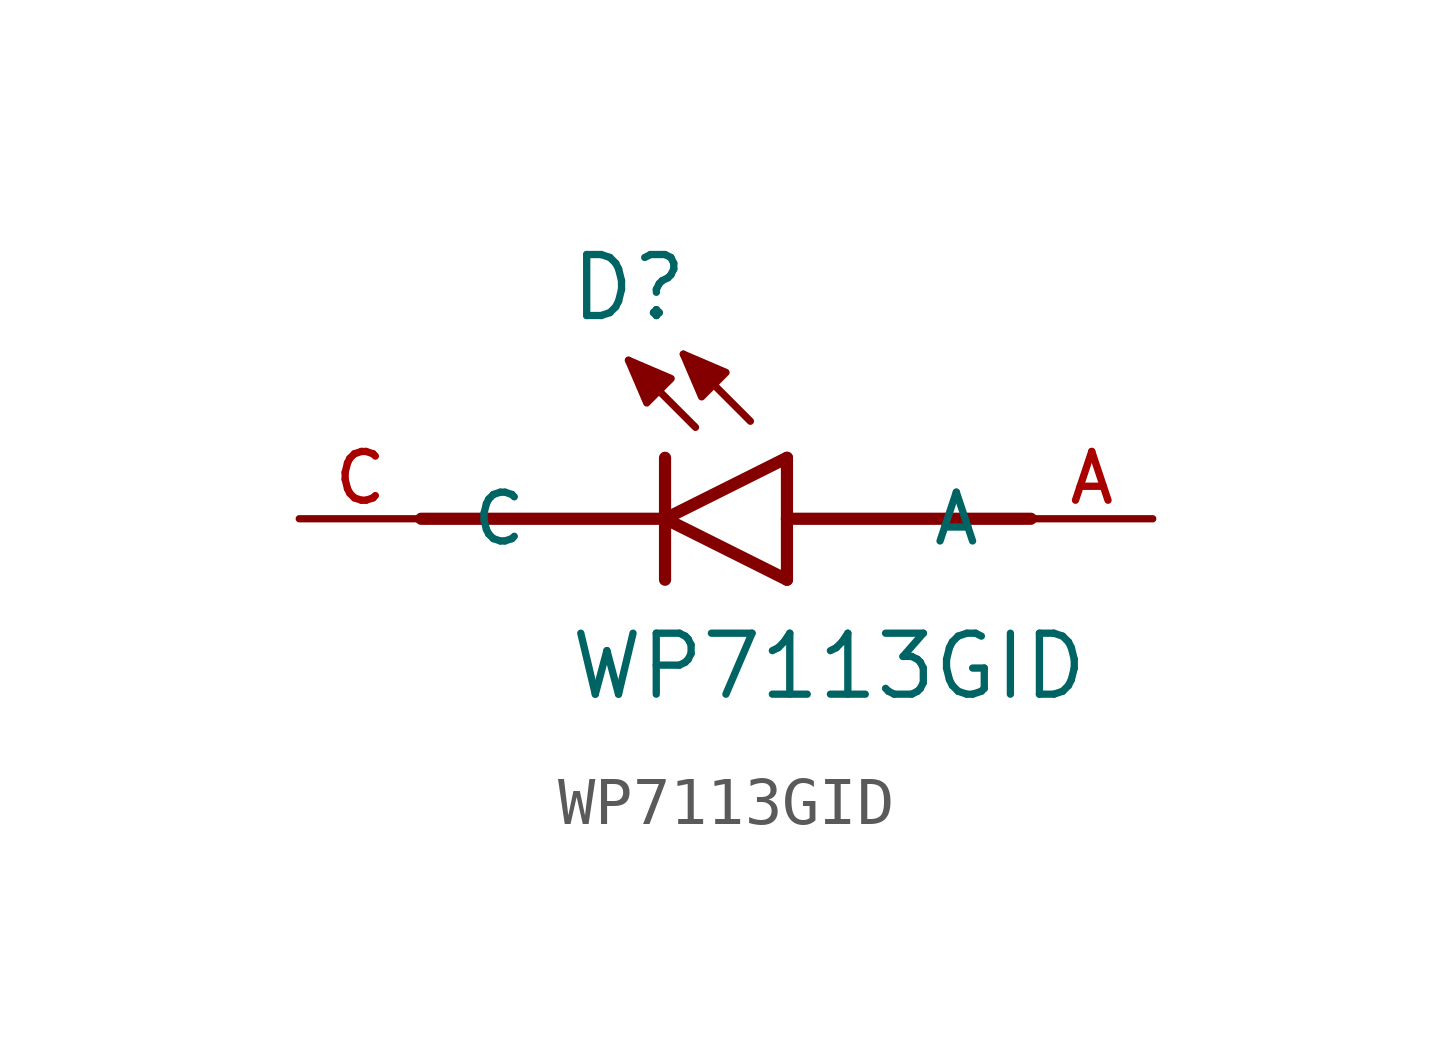
<source format=kicad_sym>
(kicad_symbol_lib
  (version 20241209)
  (generator "kicad_symbol_editor")
  (generator_version "9.0")
  (symbol "WP7113GID"
    (pin_names
      (offset 1.016))
    (property "Reference" "D"
      (at -2.035 4.071 0)
      (effects (font (size 1.27 1.27)) (justify left bottom)))
    (property "Value" "WP7113GID"
      (at -2.037 -3.818 0)
      (effects (font (size 1.27 1.27)) (justify left bottom)))
    (symbol "WP7113GID_0_0"
      (polyline (pts (xy -5.08 0) (xy 0 0)) (stroke (width 0.254) (type default)) (fill (type none)))
      (polyline (pts (xy -0.762 3.302) (xy 0.127 2.921) (xy -0.381 2.413) (xy -0.762 3.302)) (stroke (width 0.152) (type default)) (fill (type outline)))
      (polyline (pts (xy 0 0) (xy 0 1.27)) (stroke (width 0.254) (type default)) (fill (type none)))
      (polyline (pts (xy 0 0) (xy 2.54 1.27)) (stroke (width 0.254) (type default)) (fill (type none)))
      (polyline (pts (xy 0 -1.27) (xy 0 0)) (stroke (width 0.254) (type default)) (fill (type none)))
      (polyline (pts (xy 0.381 3.429) (xy 1.27 3.048) (xy 0.762 2.54) (xy 0.381 3.429)) (stroke (width 0.152) (type default)) (fill (type outline)))
      (polyline (pts (xy 0.635 1.905) (xy -0.762 3.302)) (stroke (width 0.152) (type default)) (fill (type none)))
      (polyline (pts (xy 1.778 2.032) (xy 0.381 3.429)) (stroke (width 0.152) (type default)) (fill (type none)))
      (polyline (pts (xy 2.54 0) (xy 2.54 1.27)) (stroke (width 0.254) (type default)) (fill (type none)))
      (polyline (pts (xy 2.54 0) (xy 7.62 0)) (stroke (width 0.254) (type default)) (fill (type none)))
      (polyline (pts (xy 2.54 -1.27) (xy 0 0)) (stroke (width 0.254) (type default)) (fill (type none)))
      (polyline (pts (xy 2.54 -1.27) (xy 2.54 0)) (stroke (width 0.254) (type default)) (fill (type none)))
      (pin passive line (at -7.62 0 0) (length 2.54) (name "C" (effects (font (size 1.016 1.016)))) (number "C" (effects (font (size 1.016 1.016)))))
      (pin passive line (at 10.16 0 180) (length 2.54) (name "A" (effects (font (size 1.016 1.016)))) (number "A" (effects (font (size 1.016 1.016))))))))
</source>
